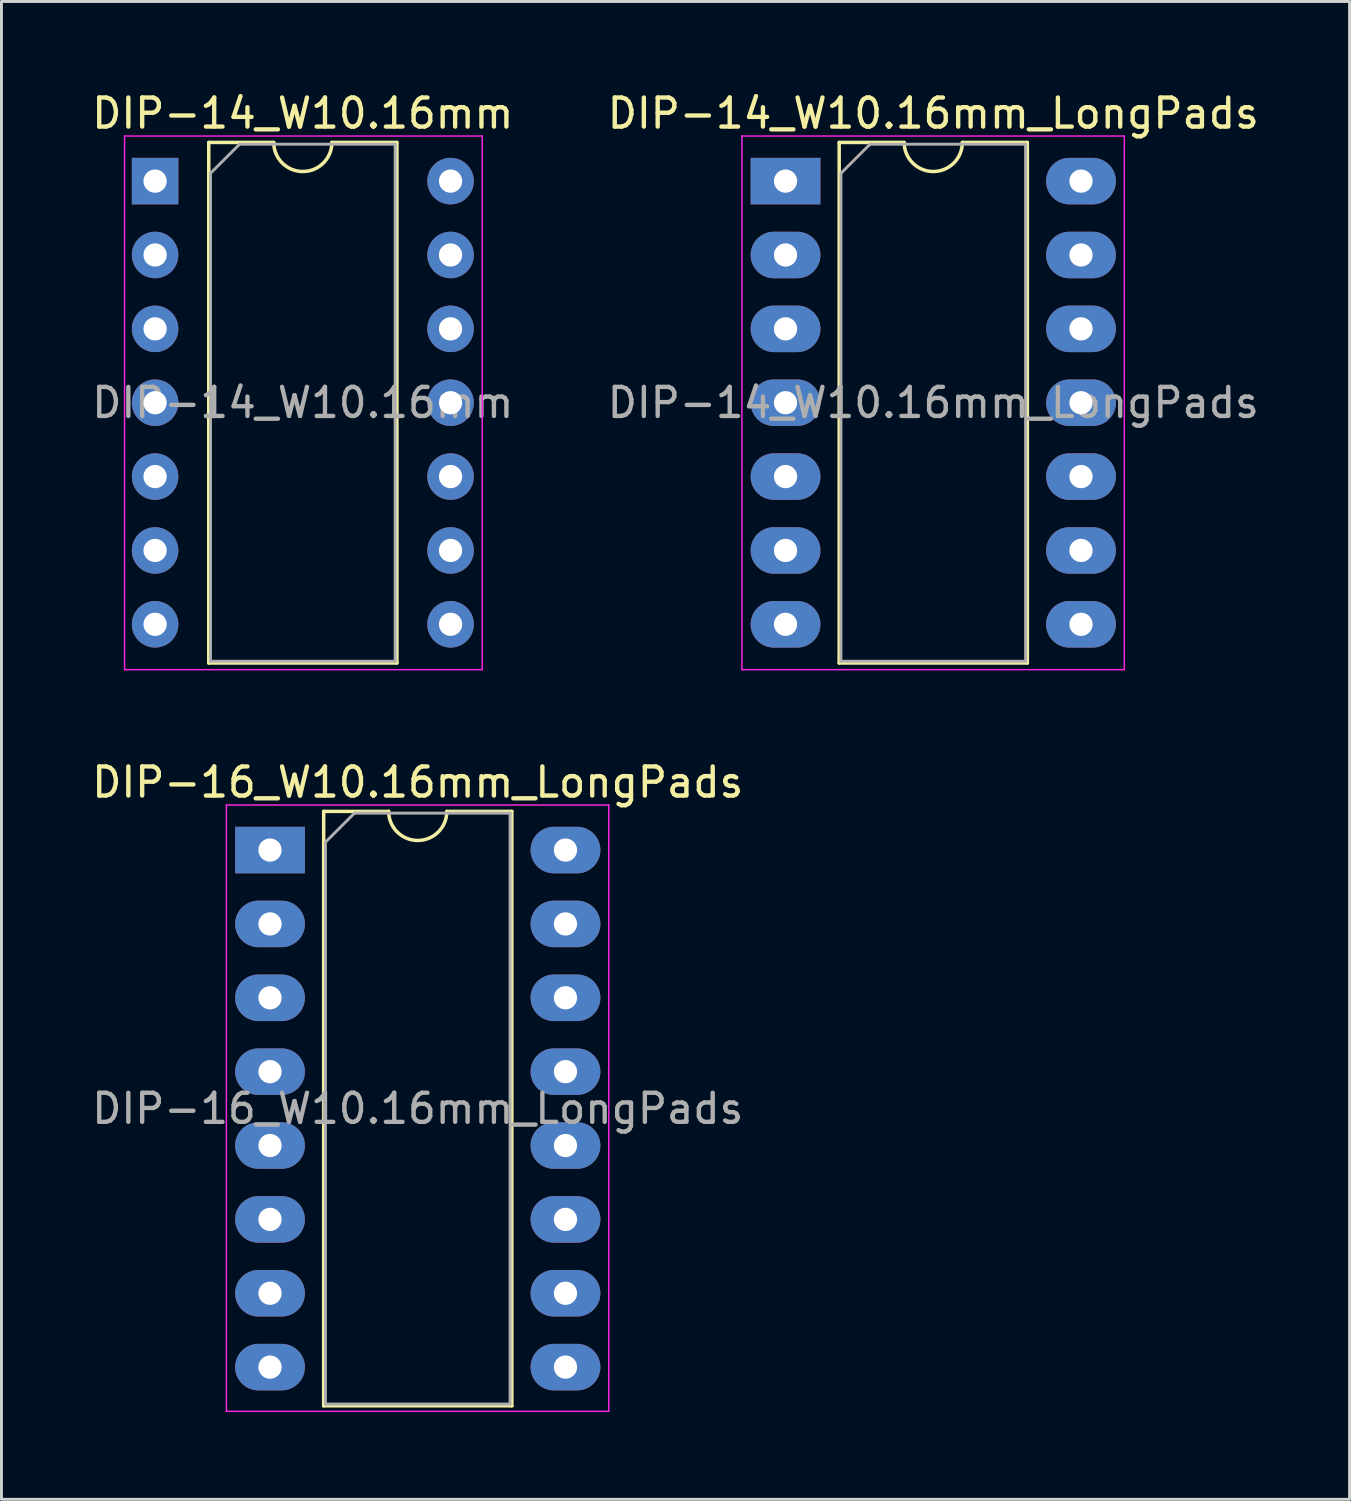
<source format=kicad_pcb>
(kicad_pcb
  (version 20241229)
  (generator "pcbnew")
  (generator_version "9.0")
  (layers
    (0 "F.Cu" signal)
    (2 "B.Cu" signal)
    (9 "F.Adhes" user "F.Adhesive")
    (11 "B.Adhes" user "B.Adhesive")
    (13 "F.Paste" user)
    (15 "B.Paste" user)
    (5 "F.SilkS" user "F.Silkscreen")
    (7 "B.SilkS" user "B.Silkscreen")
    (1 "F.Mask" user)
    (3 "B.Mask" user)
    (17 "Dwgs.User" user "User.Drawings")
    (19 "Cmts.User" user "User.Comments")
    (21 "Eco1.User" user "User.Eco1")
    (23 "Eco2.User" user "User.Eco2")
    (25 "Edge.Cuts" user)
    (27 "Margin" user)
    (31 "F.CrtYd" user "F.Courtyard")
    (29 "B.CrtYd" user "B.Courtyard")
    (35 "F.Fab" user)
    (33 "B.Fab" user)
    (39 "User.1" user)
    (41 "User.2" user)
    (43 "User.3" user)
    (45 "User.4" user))
  (footprint "DIP-16_W10.16mm_LongPads"
    (layer "F.Cu")
    (at 6.235 26.181)
    (property "Reference" "DIP-16_W10.16mm_LongPads" (at 5.08 -2.33 0) (layer "F.SilkS") (effects (font (size 1 1) (thickness 0.15))))
    (attr through_hole)
    (fp_line (start 1.845 -1.33) (end 1.845 19.11) (stroke (width 0.12) (type solid)) (layer "F.SilkS"))
    (fp_line (start 1.845 19.11) (end 8.315 19.11) (stroke (width 0.12) (type solid)) (layer "F.SilkS"))
    (fp_line (start 4.08 -1.33) (end 1.845 -1.33) (stroke (width 0.12) (type solid)) (layer "F.SilkS"))
    (fp_line (start 8.315 -1.33) (end 6.08 -1.33) (stroke (width 0.12) (type solid)) (layer "F.SilkS"))
    (fp_line (start 8.315 19.11) (end 8.315 -1.33) (stroke (width 0.12) (type solid)) (layer "F.SilkS"))
    (fp_arc (start 6.08 -1.33) (mid 5.08 -0.33) (end 4.08 -1.33) (stroke (width 0.12) (type solid)) (layer "F.SilkS"))
    (fp_line (start -1.5 -1.55) (end -1.5 19.3) (stroke (width 0.05) (type solid)) (layer "F.CrtYd"))
    (fp_line (start -1.5 19.3) (end 11.65 19.3) (stroke (width 0.05) (type solid)) (layer "F.CrtYd"))
    (fp_line (start 11.65 -1.55) (end -1.5 -1.55) (stroke (width 0.05) (type solid)) (layer "F.CrtYd"))
    (fp_line (start 11.65 19.3) (end 11.65 -1.55) (stroke (width 0.05) (type solid)) (layer "F.CrtYd"))
    (fp_line (start 1.905 -0.27) (end 2.905 -1.27) (stroke (width 0.1) (type solid)) (layer "F.Fab"))
    (fp_line (start 1.905 19.05) (end 1.905 -0.27) (stroke (width 0.1) (type solid)) (layer "F.Fab"))
    (fp_line (start 2.905 -1.27) (end 8.255 -1.27) (stroke (width 0.1) (type solid)) (layer "F.Fab"))
    (fp_line (start 8.255 -1.27) (end 8.255 19.05) (stroke (width 0.1) (type solid)) (layer "F.Fab"))
    (fp_line (start 8.255 19.05) (end 1.905 19.05) (stroke (width 0.1) (type solid)) (layer "F.Fab"))
    (fp_text user "${REFERENCE}" (at 5.08 8.89 0) (layer "F.Fab") (effects (font (size 1 1) (thickness 0.15))))
    (pad "1" thru_hole rect (at 0 0) (size 2.4 1.6) (drill 0.8) (layers "*.Cu" "*.Mask"))
    (pad "2" thru_hole oval (at 0 2.54) (size 2.4 1.6) (drill 0.8) (layers "*.Cu" "*.Mask"))
    (pad "3" thru_hole oval (at 0 5.08) (size 2.4 1.6) (drill 0.8) (layers "*.Cu" "*.Mask"))
    (pad "4" thru_hole oval (at 0 7.62) (size 2.4 1.6) (drill 0.8) (layers "*.Cu" "*.Mask"))
    (pad "5" thru_hole oval (at 0 10.16) (size 2.4 1.6) (drill 0.8) (layers "*.Cu" "*.Mask"))
    (pad "6" thru_hole oval (at 0 12.7) (size 2.4 1.6) (drill 0.8) (layers "*.Cu" "*.Mask"))
    (pad "7" thru_hole oval (at 0 15.24) (size 2.4 1.6) (drill 0.8) (layers "*.Cu" "*.Mask"))
    (pad "8" thru_hole oval (at 0 17.78) (size 2.4 1.6) (drill 0.8) (layers "*.Cu" "*.Mask"))
    (pad "9" thru_hole oval (at 10.16 17.78) (size 2.4 1.6) (drill 0.8) (layers "*.Cu" "*.Mask"))
    (pad "10" thru_hole oval (at 10.16 15.24) (size 2.4 1.6) (drill 0.8) (layers "*.Cu" "*.Mask"))
    (pad "11" thru_hole oval (at 10.16 12.7) (size 2.4 1.6) (drill 0.8) (layers "*.Cu" "*.Mask"))
    (pad "12" thru_hole oval (at 10.16 10.16) (size 2.4 1.6) (drill 0.8) (layers "*.Cu" "*.Mask"))
    (pad "13" thru_hole oval (at 10.16 7.62) (size 2.4 1.6) (drill 0.8) (layers "*.Cu" "*.Mask"))
    (pad "14" thru_hole oval (at 10.16 5.08) (size 2.4 1.6) (drill 0.8) (layers "*.Cu" "*.Mask"))
    (pad "15" thru_hole oval (at 10.16 2.54) (size 2.4 1.6) (drill 0.8) (layers "*.Cu" "*.Mask"))
    (pad "16" thru_hole oval (at 10.16 0) (size 2.4 1.6) (drill 0.8) (layers "*.Cu" "*.Mask")))
  (footprint "DIP-14_W10.16mm"
    (layer "F.Cu")
    (at 2.283 3.178)
    (property "Reference" "DIP-14_W10.16mm" (at 5.08 -2.33 0) (layer "F.SilkS") (effects (font (size 1 1) (thickness 0.15))))
    (attr through_hole)
    (fp_line (start 1.845 -1.33) (end 1.845 16.57) (stroke (width 0.12) (type solid)) (layer "F.SilkS"))
    (fp_line (start 1.845 16.57) (end 8.315 16.57) (stroke (width 0.12) (type solid)) (layer "F.SilkS"))
    (fp_line (start 4.08 -1.33) (end 1.845 -1.33) (stroke (width 0.12) (type solid)) (layer "F.SilkS"))
    (fp_line (start 8.315 -1.33) (end 6.08 -1.33) (stroke (width 0.12) (type solid)) (layer "F.SilkS"))
    (fp_line (start 8.315 16.57) (end 8.315 -1.33) (stroke (width 0.12) (type solid)) (layer "F.SilkS"))
    (fp_arc (start 6.08 -1.33) (mid 5.08 -0.33) (end 4.08 -1.33) (stroke (width 0.12) (type solid)) (layer "F.SilkS"))
    (fp_line (start -1.05 -1.55) (end -1.05 16.8) (stroke (width 0.05) (type solid)) (layer "F.CrtYd"))
    (fp_line (start -1.05 16.8) (end 11.25 16.8) (stroke (width 0.05) (type solid)) (layer "F.CrtYd"))
    (fp_line (start 11.25 -1.55) (end -1.05 -1.55) (stroke (width 0.05) (type solid)) (layer "F.CrtYd"))
    (fp_line (start 11.25 16.8) (end 11.25 -1.55) (stroke (width 0.05) (type solid)) (layer "F.CrtYd"))
    (fp_line (start 1.905 -0.27) (end 2.905 -1.27) (stroke (width 0.1) (type solid)) (layer "F.Fab"))
    (fp_line (start 1.905 16.51) (end 1.905 -0.27) (stroke (width 0.1) (type solid)) (layer "F.Fab"))
    (fp_line (start 2.905 -1.27) (end 8.255 -1.27) (stroke (width 0.1) (type solid)) (layer "F.Fab"))
    (fp_line (start 8.255 -1.27) (end 8.255 16.51) (stroke (width 0.1) (type solid)) (layer "F.Fab"))
    (fp_line (start 8.255 16.51) (end 1.905 16.51) (stroke (width 0.1) (type solid)) (layer "F.Fab"))
    (fp_text user "${REFERENCE}" (at 5.08 7.62 0) (layer "F.Fab") (effects (font (size 1 1) (thickness 0.15))))
    (pad "1" thru_hole rect (at 0 0) (size 1.6 1.6) (drill 0.8) (layers "*.Cu" "*.Mask"))
    (pad "2" thru_hole oval (at 0 2.54) (size 1.6 1.6) (drill 0.8) (layers "*.Cu" "*.Mask"))
    (pad "3" thru_hole oval (at 0 5.08) (size 1.6 1.6) (drill 0.8) (layers "*.Cu" "*.Mask"))
    (pad "4" thru_hole oval (at 0 7.62) (size 1.6 1.6) (drill 0.8) (layers "*.Cu" "*.Mask"))
    (pad "5" thru_hole oval (at 0 10.16) (size 1.6 1.6) (drill 0.8) (layers "*.Cu" "*.Mask"))
    (pad "6" thru_hole oval (at 0 12.7) (size 1.6 1.6) (drill 0.8) (layers "*.Cu" "*.Mask"))
    (pad "7" thru_hole oval (at 0 15.24) (size 1.6 1.6) (drill 0.8) (layers "*.Cu" "*.Mask"))
    (pad "8" thru_hole oval (at 10.16 15.24) (size 1.6 1.6) (drill 0.8) (layers "*.Cu" "*.Mask"))
    (pad "9" thru_hole oval (at 10.16 12.7) (size 1.6 1.6) (drill 0.8) (layers "*.Cu" "*.Mask"))
    (pad "10" thru_hole oval (at 10.16 10.16) (size 1.6 1.6) (drill 0.8) (layers "*.Cu" "*.Mask"))
    (pad "11" thru_hole oval (at 10.16 7.62) (size 1.6 1.6) (drill 0.8) (layers "*.Cu" "*.Mask"))
    (pad "12" thru_hole oval (at 10.16 5.08) (size 1.6 1.6) (drill 0.8) (layers "*.Cu" "*.Mask"))
    (pad "13" thru_hole oval (at 10.16 2.54) (size 1.6 1.6) (drill 0.8) (layers "*.Cu" "*.Mask"))
    (pad "14" thru_hole oval (at 10.16 0) (size 1.6 1.6) (drill 0.8) (layers "*.Cu" "*.Mask")))
  (footprint "DIP-14_W10.16mm_LongPads"
    (layer "F.Cu")
    (at 23.962 3.178)
    (property "Reference" "DIP-14_W10.16mm_LongPads" (at 5.08 -2.33 0) (layer "F.SilkS") (effects (font (size 1 1) (thickness 0.15))))
    (attr through_hole)
    (fp_line (start 1.845 -1.33) (end 1.845 16.57) (stroke (width 0.12) (type solid)) (layer "F.SilkS"))
    (fp_line (start 1.845 16.57) (end 8.315 16.57) (stroke (width 0.12) (type solid)) (layer "F.SilkS"))
    (fp_line (start 4.08 -1.33) (end 1.845 -1.33) (stroke (width 0.12) (type solid)) (layer "F.SilkS"))
    (fp_line (start 8.315 -1.33) (end 6.08 -1.33) (stroke (width 0.12) (type solid)) (layer "F.SilkS"))
    (fp_line (start 8.315 16.57) (end 8.315 -1.33) (stroke (width 0.12) (type solid)) (layer "F.SilkS"))
    (fp_arc (start 6.08 -1.33) (mid 5.08 -0.33) (end 4.08 -1.33) (stroke (width 0.12) (type solid)) (layer "F.SilkS"))
    (fp_line (start -1.5 -1.55) (end -1.5 16.8) (stroke (width 0.05) (type solid)) (layer "F.CrtYd"))
    (fp_line (start -1.5 16.8) (end 11.65 16.8) (stroke (width 0.05) (type solid)) (layer "F.CrtYd"))
    (fp_line (start 11.65 -1.55) (end -1.5 -1.55) (stroke (width 0.05) (type solid)) (layer "F.CrtYd"))
    (fp_line (start 11.65 16.8) (end 11.65 -1.55) (stroke (width 0.05) (type solid)) (layer "F.CrtYd"))
    (fp_line (start 1.905 -0.27) (end 2.905 -1.27) (stroke (width 0.1) (type solid)) (layer "F.Fab"))
    (fp_line (start 1.905 16.51) (end 1.905 -0.27) (stroke (width 0.1) (type solid)) (layer "F.Fab"))
    (fp_line (start 2.905 -1.27) (end 8.255 -1.27) (stroke (width 0.1) (type solid)) (layer "F.Fab"))
    (fp_line (start 8.255 -1.27) (end 8.255 16.51) (stroke (width 0.1) (type solid)) (layer "F.Fab"))
    (fp_line (start 8.255 16.51) (end 1.905 16.51) (stroke (width 0.1) (type solid)) (layer "F.Fab"))
    (fp_text user "${REFERENCE}" (at 5.08 7.62 0) (layer "F.Fab") (effects (font (size 1 1) (thickness 0.15))))
    (pad "1" thru_hole rect (at 0 0) (size 2.4 1.6) (drill 0.8) (layers "*.Cu" "*.Mask"))
    (pad "2" thru_hole oval (at 0 2.54) (size 2.4 1.6) (drill 0.8) (layers "*.Cu" "*.Mask"))
    (pad "3" thru_hole oval (at 0 5.08) (size 2.4 1.6) (drill 0.8) (layers "*.Cu" "*.Mask"))
    (pad "4" thru_hole oval (at 0 7.62) (size 2.4 1.6) (drill 0.8) (layers "*.Cu" "*.Mask"))
    (pad "5" thru_hole oval (at 0 10.16) (size 2.4 1.6) (drill 0.8) (layers "*.Cu" "*.Mask"))
    (pad "6" thru_hole oval (at 0 12.7) (size 2.4 1.6) (drill 0.8) (layers "*.Cu" "*.Mask"))
    (pad "7" thru_hole oval (at 0 15.24) (size 2.4 1.6) (drill 0.8) (layers "*.Cu" "*.Mask"))
    (pad "8" thru_hole oval (at 10.16 15.24) (size 2.4 1.6) (drill 0.8) (layers "*.Cu" "*.Mask"))
    (pad "9" thru_hole oval (at 10.16 12.7) (size 2.4 1.6) (drill 0.8) (layers "*.Cu" "*.Mask"))
    (pad "10" thru_hole oval (at 10.16 10.16) (size 2.4 1.6) (drill 0.8) (layers "*.Cu" "*.Mask"))
    (pad "11" thru_hole oval (at 10.16 7.62) (size 2.4 1.6) (drill 0.8) (layers "*.Cu" "*.Mask"))
    (pad "12" thru_hole oval (at 10.16 5.08) (size 2.4 1.6) (drill 0.8) (layers "*.Cu" "*.Mask"))
    (pad "13" thru_hole oval (at 10.16 2.54) (size 2.4 1.6) (drill 0.8) (layers "*.Cu" "*.Mask"))
    (pad "14" thru_hole oval (at 10.16 0) (size 2.4 1.6) (drill 0.8) (layers "*.Cu" "*.Mask")))
  (gr_rect
    (start -3 -3)
    (end 43.357 48.507)
    (stroke (width 0.1) (type default))
    (fill no)
    (layer "Edge.Cuts")))
</source>
